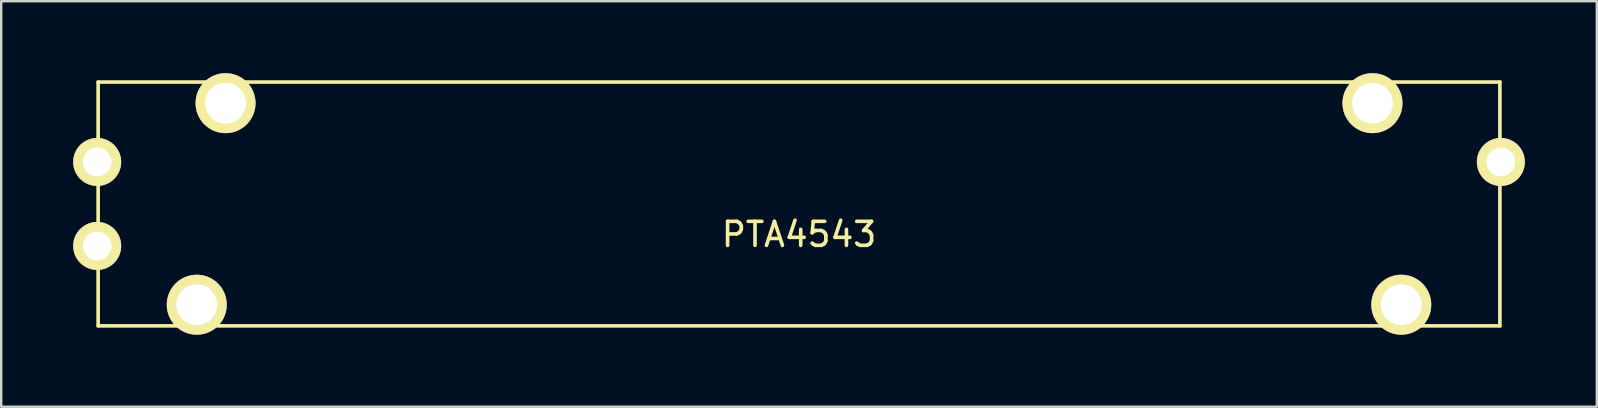
<source format=kicad_pcb>
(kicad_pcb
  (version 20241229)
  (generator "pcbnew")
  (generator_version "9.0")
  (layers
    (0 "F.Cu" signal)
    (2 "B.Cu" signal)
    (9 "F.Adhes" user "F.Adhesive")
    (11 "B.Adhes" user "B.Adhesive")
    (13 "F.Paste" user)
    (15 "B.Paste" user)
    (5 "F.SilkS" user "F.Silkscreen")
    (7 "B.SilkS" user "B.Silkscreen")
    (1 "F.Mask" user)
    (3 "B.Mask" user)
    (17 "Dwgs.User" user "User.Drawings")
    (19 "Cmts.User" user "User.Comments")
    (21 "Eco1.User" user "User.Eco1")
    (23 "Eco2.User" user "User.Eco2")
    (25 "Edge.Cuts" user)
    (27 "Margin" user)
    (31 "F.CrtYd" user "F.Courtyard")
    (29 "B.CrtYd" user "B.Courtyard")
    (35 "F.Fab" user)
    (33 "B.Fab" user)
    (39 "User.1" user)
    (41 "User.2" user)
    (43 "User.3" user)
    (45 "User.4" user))
  (footprint "PTA4543"
    (layer "F.Cu")
    (at 30.25 5.45)
    (property "Reference" "PTA4543" (at 0 1.27 0) (layer "F.SilkS") (effects (font (size 1 1) (thickness 0.15))))
    (attr through_hole)
    (fp_line (start -29.21 -5.08) (end 29.21 -5.08) (stroke (width 0.15) (type solid)) (layer "F.SilkS"))
    (fp_line (start -29.21 5.08) (end -29.21 -5.08) (stroke (width 0.15) (type solid)) (layer "F.SilkS"))
    (fp_line (start 29.21 -5.08) (end 29.21 5.08) (stroke (width 0.15) (type solid)) (layer "F.SilkS"))
    (fp_line (start 29.21 5.08) (end -29.21 5.08) (stroke (width 0.15) (type solid)) (layer "F.SilkS"))
    (pad "" thru_hole circle (at -25.1 4.2) (size 2.5 2.5) (drill 1.7) (layers "*.Cu" "*.Mask" "F.SilkS"))
    (pad "" thru_hole circle (at -23.9 -4.2) (size 2.5 2.5) (drill 1.7) (layers "*.Cu" "*.Mask" "F.SilkS"))
    (pad "" thru_hole circle (at 23.9 -4.2) (size 2.5 2.5) (drill 1.7) (layers "*.Cu" "*.Mask" "F.SilkS"))
    (pad "" thru_hole circle (at 25.1 4.2) (size 2.5 2.5) (drill 1.7) (layers "*.Cu" "*.Mask" "F.SilkS"))
    (pad "1" thru_hole circle (at -29.25 -1.75) (size 2 2) (drill 1.2) (layers "*.Cu" "*.Mask" "F.SilkS"))
    (pad "2" thru_hole circle (at -29.25 1.75) (size 2 2) (drill 1.2) (layers "*.Cu" "*.Mask" "F.SilkS"))
    (pad "3" thru_hole circle (at 29.25 -1.75) (size 2 2) (drill 1.2) (layers "*.Cu" "*.Mask" "F.SilkS")))
  (gr_rect
    (start -3 -3)
    (end 63.5 13.9)
    (stroke (width 0.1) (type default))
    (fill no)
    (layer "Edge.Cuts")))
</source>
